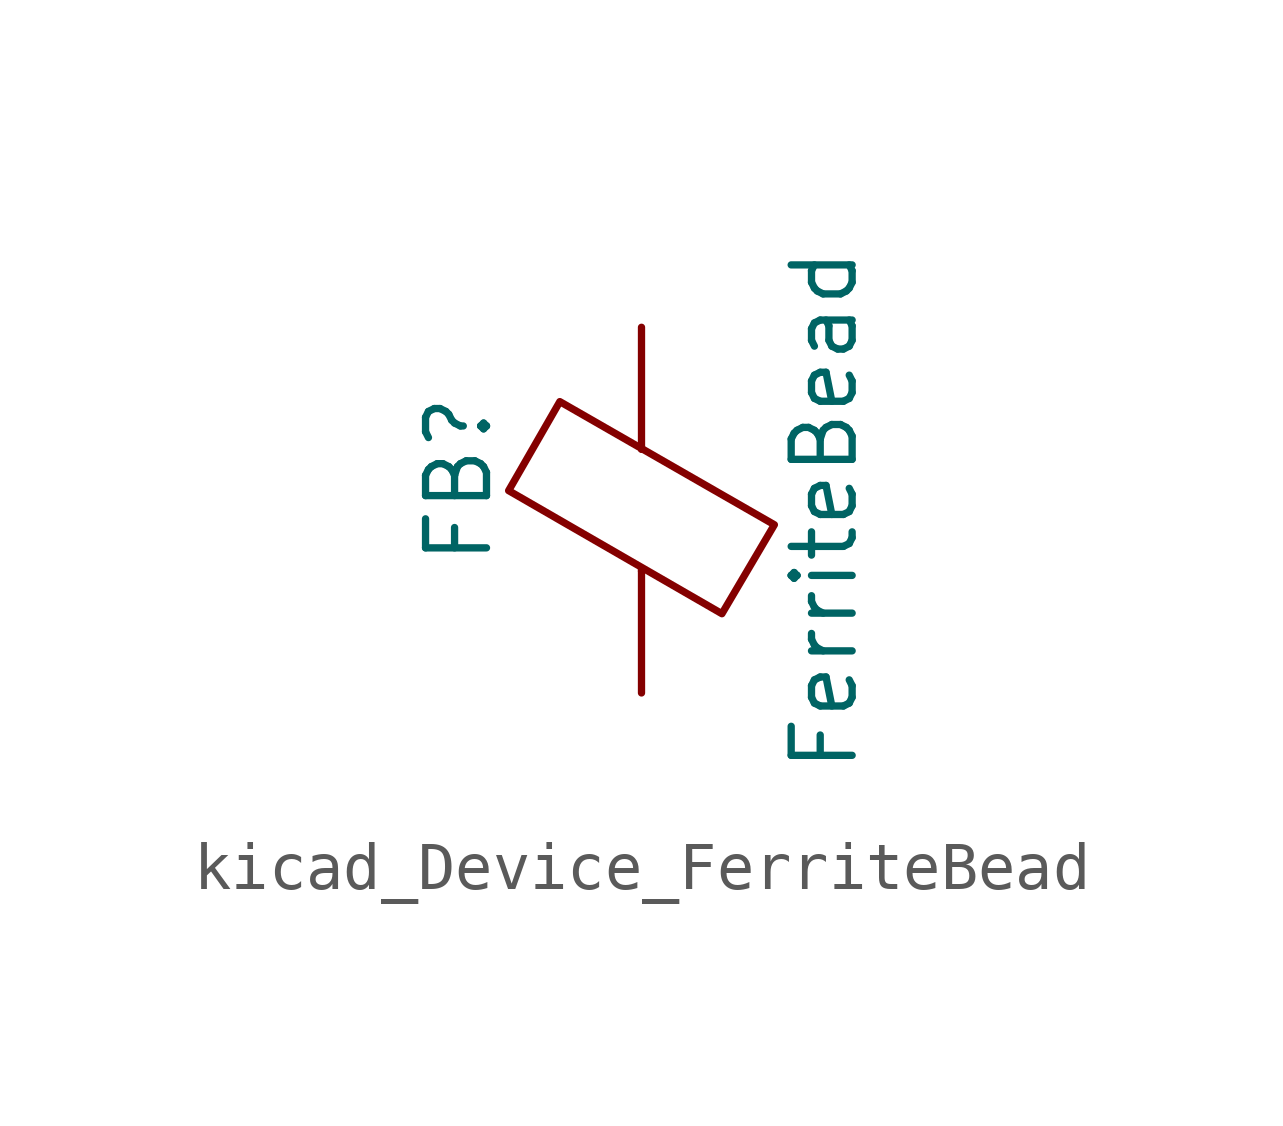
<source format=kicad_sym>
(kicad_symbol_lib
  (version 20220914)
  (generator kicad_symbol_editor)
  (symbol "kicad_Device_FerriteBead"
    (pin_numbers hide)
    (pin_names
      (offset 0))
    (property "Reference" "FB"
      (at -3.81 0.635 90)
      (effects (font (size 1.27 1.27))))
    (property "Value" "FerriteBead"
      (at 3.81 0 90)
      (effects (font (size 1.27 1.27))))
    (symbol "kicad_Device_FerriteBead_0_1"
      (polyline (pts (xy 0 -1.27) (xy 0 -1.219)) (stroke (width 0) (type default)) (fill (type none)))
      (polyline (pts (xy 0 1.27) (xy 0 1.295)) (stroke (width 0) (type default)) (fill (type none)))
      (polyline (pts (xy -2.769 0.406) (xy -1.702 2.261) (xy 2.769 -0.305) (xy 1.676 -2.159) (xy -2.769 0.406)) (stroke (width 0) (type default)) (fill (type none))))
    (symbol "kicad_Device_FerriteBead_1_1"
      (pin passive line (at 0 3.81 270) (length 2.54) (name "~" (effects (font (size 1.27 1.27)))) (number "1" (effects (font (size 1.27 1.27)))))
      (pin passive line (at 0 -3.81 90) (length 2.54) (name "~" (effects (font (size 1.27 1.27)))) (number "2" (effects (font (size 1.27 1.27))))))))
</source>
